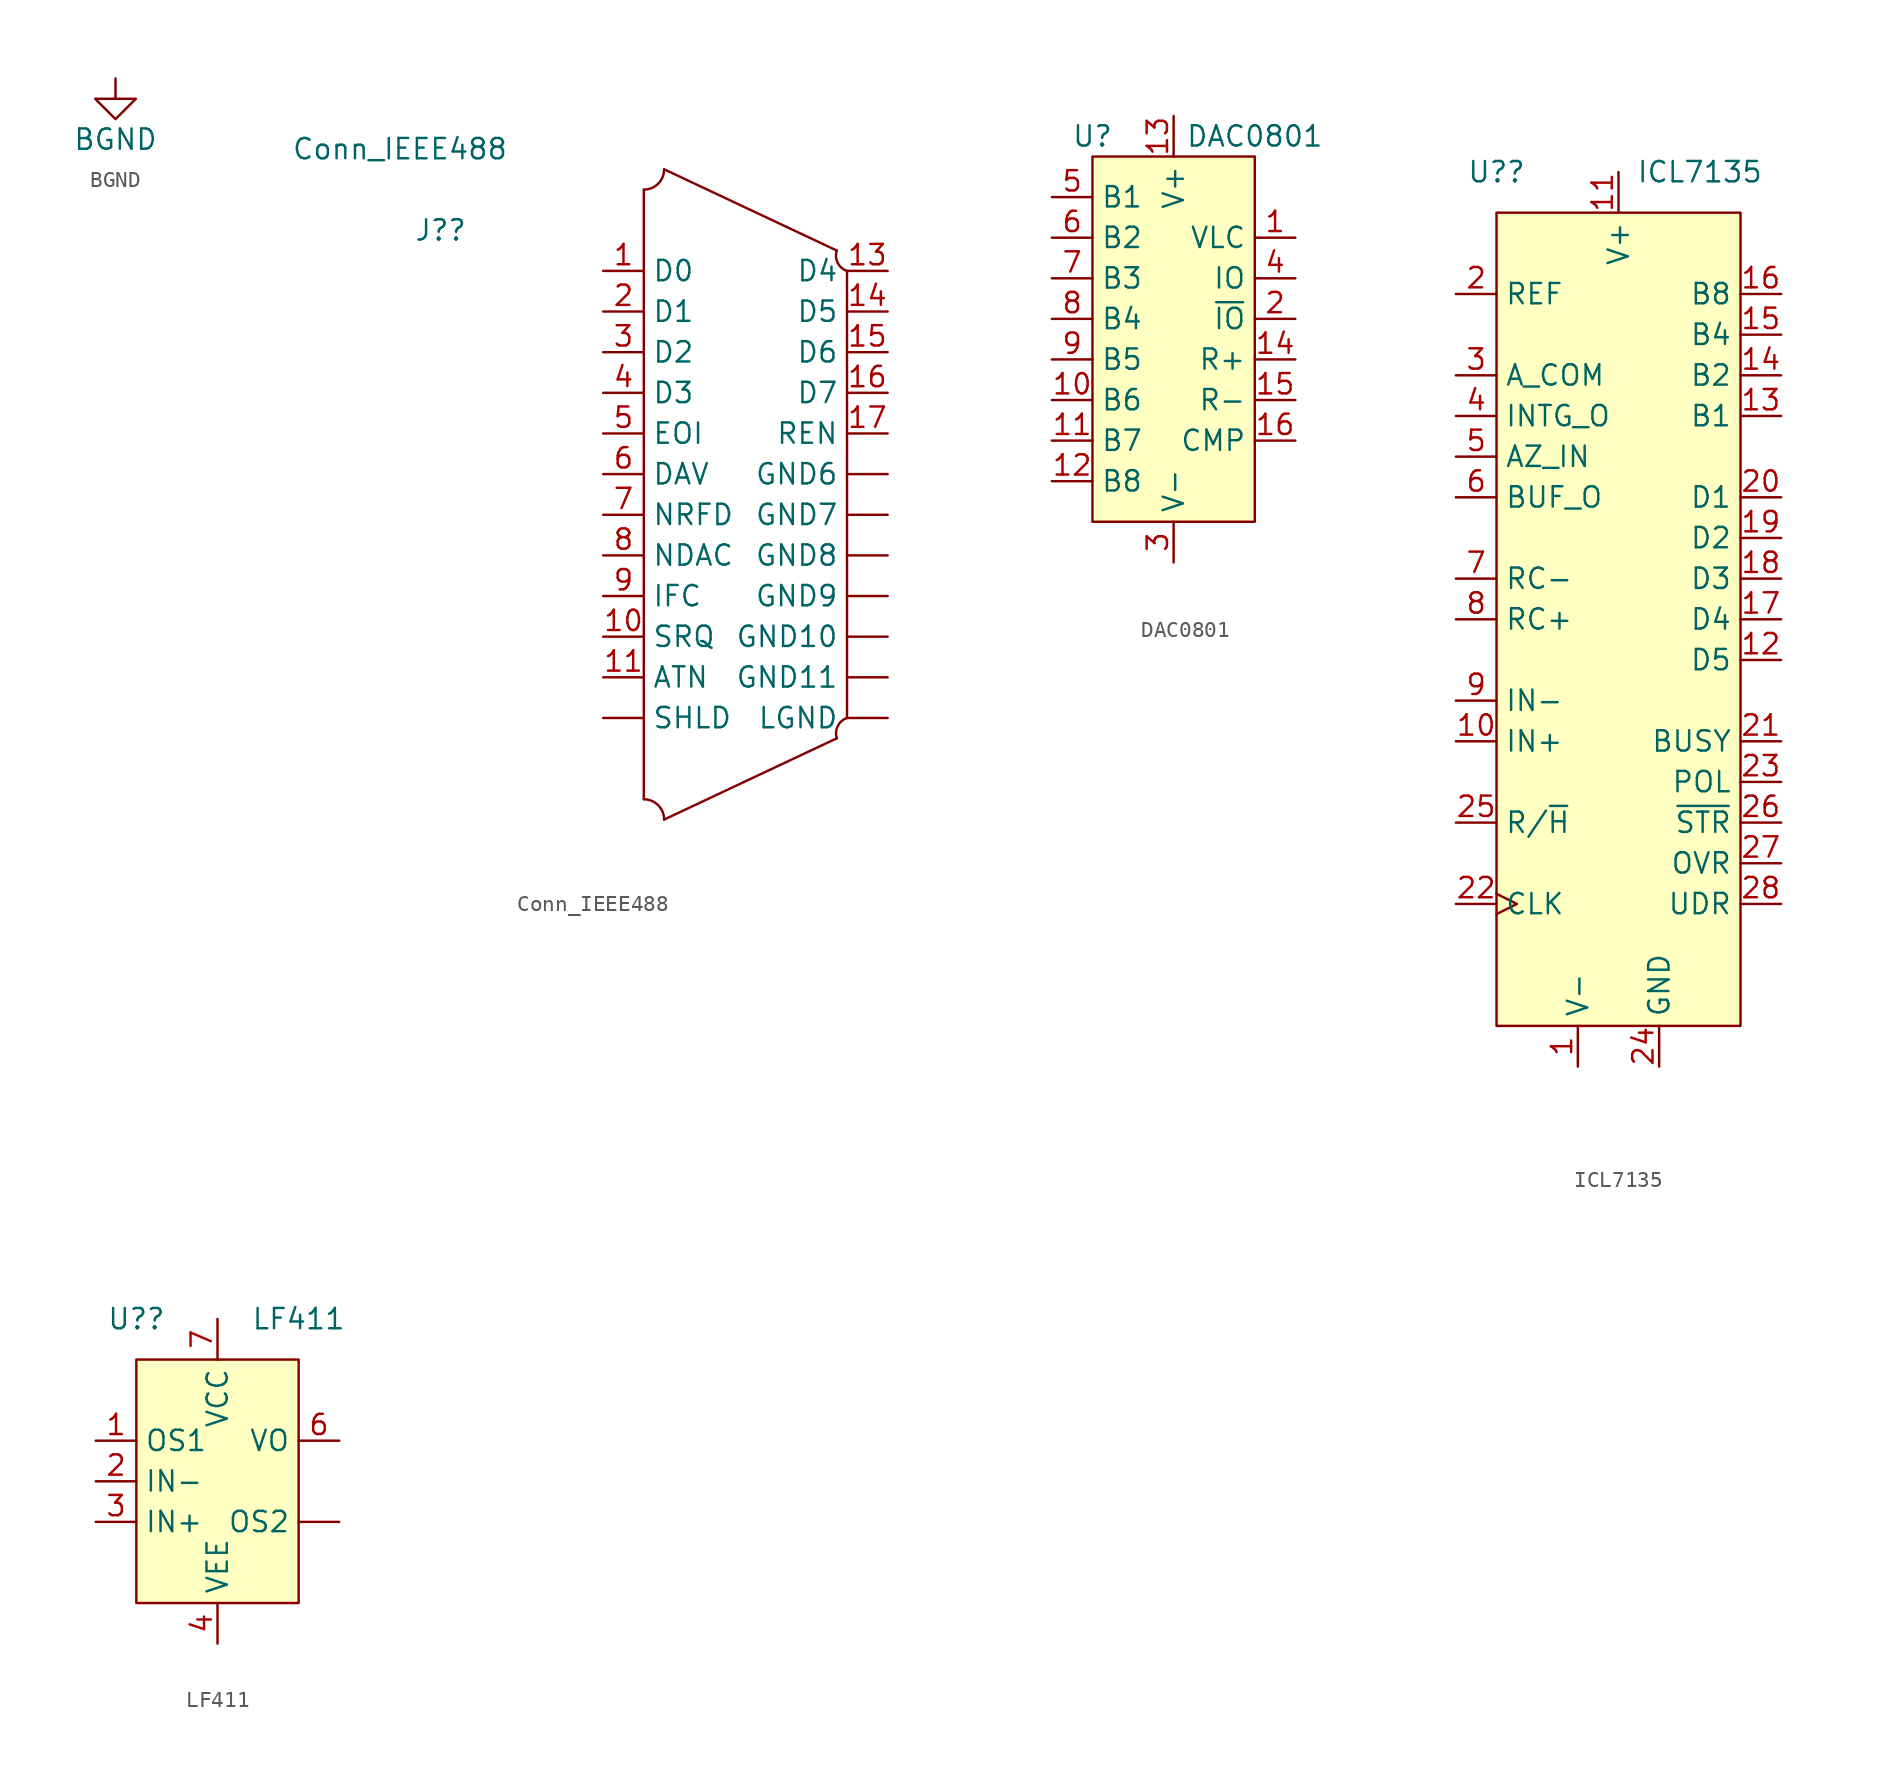
<source format=kicad_sym>
(kicad_symbol_lib
  (version 20211014)
  (generator kicad_symbol_editor)
  (symbol "BGND"
    (power)
    (pin_names
      (offset 0))
    (property "Reference" "#PWR"
      (at 0 -6.35 0)
      (effects (font (size 1.27 1.27)) hide))
    (property "Value" "BGND"
      (at 0 -3.81 0)
      (effects (font (size 1.27 1.27))))
    (symbol "BGND_0_1"
      (polyline (pts (xy 0 0) (xy 0 -1.27) (xy 1.27 -1.27) (xy 0 -2.54) (xy -1.27 -1.27) (xy 0 -1.27)) (stroke (width 0) (type default) (color 0 0 0 0)) (fill (type none))))
    (symbol "BGND_1_1"
      (pin power_in line (at 0 0 270) (length 0) hide (name "BGND" (effects (font (size 1.27 1.27)))) (number "1" (effects (font (size 1.27 1.27)))))))
  (symbol "Conn_IEEE488"
    (property "Reference" "J?"
      (at -10.16 -2.54 0)
      (effects (font (size 1.27 1.27))))
    (property "Value" "Conn_IEEE488"
      (at -12.7 2.54 0)
      (effects (font (size 1.27 1.27))))
    (symbol "Conn_IEEE488_0_1"
      (polyline (pts (xy 2.54 0) (xy 2.54 -38.1)) (stroke (width 0) (type default) (color 0 0 0 0)) (fill (type none)))
      (polyline (pts (xy 3.81 1.27) (xy 14.605 -3.81)) (stroke (width 0) (type default) (color 0 0 0 0)) (fill (type none)))
      (polyline (pts (xy 14.605 -34.29) (xy 3.81 -39.37)) (stroke (width 0) (type default) (color 0 0 0 0)) (fill (type none)))
      (polyline (pts (xy 15.24 -5.08) (xy 15.24 -33.02)) (stroke (width 0) (type default) (color 0 0 0 0)) (fill (type none)))
      (arc (start 2.54 0) (mid 4.708 -0.898) (end 3.81 1.27) (stroke (width 0) (type default) (color 0 0 0 0)) (fill (type none)))
      (arc (start 3.81 -39.37) (mid 4.708 -37.202) (end 2.54 -38.1) (stroke (width 0) (type default) (color 0 0 0 0)) (fill (type none)))
      (arc (start 14.605 -3.81) (mid 13.3895 -5.2115) (end 15.24 -5.08) (stroke (width 0) (type default) (color 0 0 0 0)) (fill (type none)))
      (arc (start 15.24 -33.02) (mid 13.3895 -32.8885) (end 14.605 -34.29) (stroke (width 0) (type default) (color 0 0 0 0)) (fill (type none))))
    (symbol "Conn_IEEE488_1_1"
      (pin input line (at 17.78 -27.94 180) (length 2.54) (name "GND10" (effects (font (size 1.27 1.27)))) (number "" (effects (font (size 1.27 1.27)))))
      (pin input line (at 17.78 -30.48 180) (length 2.54) (name "GND11" (effects (font (size 1.27 1.27)))) (number "" (effects (font (size 1.27 1.27)))))
      (pin input line (at 17.78 -17.78 180) (length 2.54) (name "GND6" (effects (font (size 1.27 1.27)))) (number "" (effects (font (size 1.27 1.27)))))
      (pin input line (at 17.78 -20.32 180) (length 2.54) (name "GND7" (effects (font (size 1.27 1.27)))) (number "" (effects (font (size 1.27 1.27)))))
      (pin input line (at 17.78 -22.86 180) (length 2.54) (name "GND8" (effects (font (size 1.27 1.27)))) (number "" (effects (font (size 1.27 1.27)))))
      (pin input line (at 17.78 -25.4 180) (length 2.54) (name "GND9" (effects (font (size 1.27 1.27)))) (number "" (effects (font (size 1.27 1.27)))))
      (pin input line (at 17.78 -33.02 180) (length 2.54) (name "LGND" (effects (font (size 1.27 1.27)))) (number "" (effects (font (size 1.27 1.27)))))
      (pin input line (at 0 -33.02 0) (length 2.54) (name "SHLD" (effects (font (size 1.27 1.27)))) (number "" (effects (font (size 1.27 1.27)))))
      (pin input line (at 0 -5.08 0) (length 2.54) (name "D0" (effects (font (size 1.27 1.27)))) (number "1" (effects (font (size 1.27 1.27)))))
      (pin input line (at 0 -27.94 0) (length 2.54) (name "SRQ" (effects (font (size 1.27 1.27)))) (number "10" (effects (font (size 1.27 1.27)))))
      (pin input line (at 0 -30.48 0) (length 2.54) (name "ATN" (effects (font (size 1.27 1.27)))) (number "11" (effects (font (size 1.27 1.27)))))
      (pin input line (at 17.78 -5.08 180) (length 2.54) (name "D4" (effects (font (size 1.27 1.27)))) (number "13" (effects (font (size 1.27 1.27)))))
      (pin input line (at 17.78 -7.62 180) (length 2.54) (name "D5" (effects (font (size 1.27 1.27)))) (number "14" (effects (font (size 1.27 1.27)))))
      (pin input line (at 17.78 -10.16 180) (length 2.54) (name "D6" (effects (font (size 1.27 1.27)))) (number "15" (effects (font (size 1.27 1.27)))))
      (pin input line (at 17.78 -12.7 180) (length 2.54) (name "D7" (effects (font (size 1.27 1.27)))) (number "16" (effects (font (size 1.27 1.27)))))
      (pin input line (at 17.78 -15.24 180) (length 2.54) (name "REN" (effects (font (size 1.27 1.27)))) (number "17" (effects (font (size 1.27 1.27)))))
      (pin input line (at 0 -7.62 0) (length 2.54) (name "D1" (effects (font (size 1.27 1.27)))) (number "2" (effects (font (size 1.27 1.27)))))
      (pin input line (at 0 -10.16 0) (length 2.54) (name "D2" (effects (font (size 1.27 1.27)))) (number "3" (effects (font (size 1.27 1.27)))))
      (pin input line (at 0 -12.7 0) (length 2.54) (name "D3" (effects (font (size 1.27 1.27)))) (number "4" (effects (font (size 1.27 1.27)))))
      (pin input line (at 0 -15.24 0) (length 2.54) (name "EOI" (effects (font (size 1.27 1.27)))) (number "5" (effects (font (size 1.27 1.27)))))
      (pin input line (at 0 -17.78 0) (length 2.54) (name "DAV" (effects (font (size 1.27 1.27)))) (number "6" (effects (font (size 1.27 1.27)))))
      (pin input line (at 0 -20.32 0) (length 2.54) (name "NRFD" (effects (font (size 1.27 1.27)))) (number "7" (effects (font (size 1.27 1.27)))))
      (pin input line (at 0 -22.86 0) (length 2.54) (name "NDAC" (effects (font (size 1.27 1.27)))) (number "8" (effects (font (size 1.27 1.27)))))
      (pin input line (at 0 -25.4 0) (length 2.54) (name "IFC" (effects (font (size 1.27 1.27)))) (number "9" (effects (font (size 1.27 1.27)))))))
  (symbol "DAC0801"
    (property "Reference" "U"
      (at 0 -1.27 0)
      (effects (font (size 1.27 1.27))))
    (property "Value" "DAC0801"
      (at 10.16 -1.27 0)
      (effects (font (size 1.27 1.27))))
    (symbol "DAC0801_0_1"
      (rectangle (start 0 -2.54) (end 10.16 -25.4) (stroke (width 0) (type default) (color 0 0 0 0)) (fill (type background))))
    (symbol "DAC0801_1_1"
      (pin input line (at 12.7 -7.62 180) (length 2.54) (name "VLC" (effects (font (size 1.27 1.27)))) (number "1" (effects (font (size 1.27 1.27)))))
      (pin input line (at -2.54 -17.78 0) (length 2.54) (name "B6" (effects (font (size 1.27 1.27)))) (number "10" (effects (font (size 1.27 1.27)))))
      (pin input line (at -2.54 -20.32 0) (length 2.54) (name "B7" (effects (font (size 1.27 1.27)))) (number "11" (effects (font (size 1.27 1.27)))))
      (pin input line (at -2.54 -22.86 0) (length 2.54) (name "B8" (effects (font (size 1.27 1.27)))) (number "12" (effects (font (size 1.27 1.27)))))
      (pin input line (at 5.08 0 270) (length 2.54) (name "V+" (effects (font (size 1.27 1.27)))) (number "13" (effects (font (size 1.27 1.27)))))
      (pin input line (at 12.7 -15.24 180) (length 2.54) (name "R+" (effects (font (size 1.27 1.27)))) (number "14" (effects (font (size 1.27 1.27)))))
      (pin input line (at 12.7 -17.78 180) (length 2.54) (name "R-" (effects (font (size 1.27 1.27)))) (number "15" (effects (font (size 1.27 1.27)))))
      (pin input line (at 12.7 -20.32 180) (length 2.54) (name "CMP" (effects (font (size 1.27 1.27)))) (number "16" (effects (font (size 1.27 1.27)))))
      (pin input line (at 12.7 -12.7 180) (length 2.54) (name "~{IO}" (effects (font (size 1.27 1.27)))) (number "2" (effects (font (size 1.27 1.27)))))
      (pin input line (at 5.08 -27.94 90) (length 2.54) (name "V-" (effects (font (size 1.27 1.27)))) (number "3" (effects (font (size 1.27 1.27)))))
      (pin input line (at 12.7 -10.16 180) (length 2.54) (name "IO" (effects (font (size 1.27 1.27)))) (number "4" (effects (font (size 1.27 1.27)))))
      (pin input line (at -2.54 -5.08 0) (length 2.54) (name "B1" (effects (font (size 1.27 1.27)))) (number "5" (effects (font (size 1.27 1.27)))))
      (pin input line (at -2.54 -7.62 0) (length 2.54) (name "B2" (effects (font (size 1.27 1.27)))) (number "6" (effects (font (size 1.27 1.27)))))
      (pin input line (at -2.54 -10.16 0) (length 2.54) (name "B3" (effects (font (size 1.27 1.27)))) (number "7" (effects (font (size 1.27 1.27)))))
      (pin input line (at -2.54 -12.7 0) (length 2.54) (name "B4" (effects (font (size 1.27 1.27)))) (number "8" (effects (font (size 1.27 1.27)))))
      (pin input line (at -2.54 -15.24 0) (length 2.54) (name "B5" (effects (font (size 1.27 1.27)))) (number "9" (effects (font (size 1.27 1.27)))))))
  (symbol "ICL7135"
    (property "Reference" "U?"
      (at 0 2.54 0)
      (effects (font (size 1.27 1.27))))
    (property "Value" "ICL7135"
      (at 12.7 2.54 0)
      (effects (font (size 1.27 1.27))))
    (symbol "ICL7135_0_1"
      (rectangle (start 0 0) (end 15.24 -50.8) (stroke (width 0) (type default) (color 0 0 0 0)) (fill (type background))))
    (symbol "ICL7135_1_1"
      (pin input line (at 5.08 -53.34 90) (length 2.54) (name "V-" (effects (font (size 1.27 1.27)))) (number "1" (effects (font (size 1.27 1.27)))))
      (pin input line (at -2.54 -33.02 0) (length 2.54) (name "IN+" (effects (font (size 1.27 1.27)))) (number "10" (effects (font (size 1.27 1.27)))))
      (pin input line (at 7.62 2.54 270) (length 2.54) (name "V+" (effects (font (size 1.27 1.27)))) (number "11" (effects (font (size 1.27 1.27)))))
      (pin input line (at 17.78 -27.94 180) (length 2.54) (name "D5" (effects (font (size 1.27 1.27)))) (number "12" (effects (font (size 1.27 1.27)))))
      (pin input line (at 17.78 -12.7 180) (length 2.54) (name "B1" (effects (font (size 1.27 1.27)))) (number "13" (effects (font (size 1.27 1.27)))))
      (pin input line (at 17.78 -10.16 180) (length 2.54) (name "B2" (effects (font (size 1.27 1.27)))) (number "14" (effects (font (size 1.27 1.27)))))
      (pin input line (at 17.78 -7.62 180) (length 2.54) (name "B4" (effects (font (size 1.27 1.27)))) (number "15" (effects (font (size 1.27 1.27)))))
      (pin input line (at 17.78 -5.08 180) (length 2.54) (name "B8" (effects (font (size 1.27 1.27)))) (number "16" (effects (font (size 1.27 1.27)))))
      (pin input line (at 17.78 -25.4 180) (length 2.54) (name "D4" (effects (font (size 1.27 1.27)))) (number "17" (effects (font (size 1.27 1.27)))))
      (pin input line (at 17.78 -22.86 180) (length 2.54) (name "D3" (effects (font (size 1.27 1.27)))) (number "18" (effects (font (size 1.27 1.27)))))
      (pin input line (at 17.78 -20.32 180) (length 2.54) (name "D2" (effects (font (size 1.27 1.27)))) (number "19" (effects (font (size 1.27 1.27)))))
      (pin input line (at -2.54 -5.08 0) (length 2.54) (name "REF" (effects (font (size 1.27 1.27)))) (number "2" (effects (font (size 1.27 1.27)))))
      (pin input line (at 17.78 -17.78 180) (length 2.54) (name "D1" (effects (font (size 1.27 1.27)))) (number "20" (effects (font (size 1.27 1.27)))))
      (pin input line (at 17.78 -33.02 180) (length 2.54) (name "BUSY" (effects (font (size 1.27 1.27)))) (number "21" (effects (font (size 1.27 1.27)))))
      (pin input clock (at -2.54 -43.18 0) (length 2.54) (name "CLK" (effects (font (size 1.27 1.27)))) (number "22" (effects (font (size 1.27 1.27)))))
      (pin input line (at 17.78 -35.56 180) (length 2.54) (name "POL" (effects (font (size 1.27 1.27)))) (number "23" (effects (font (size 1.27 1.27)))))
      (pin input line (at 10.16 -53.34 90) (length 2.54) (name "GND" (effects (font (size 1.27 1.27)))) (number "24" (effects (font (size 1.27 1.27)))))
      (pin input line (at -2.54 -38.1 0) (length 2.54) (name "R/~{H}" (effects (font (size 1.27 1.27)))) (number "25" (effects (font (size 1.27 1.27)))))
      (pin input line (at 17.78 -38.1 180) (length 2.54) (name "~{STR}" (effects (font (size 1.27 1.27)))) (number "26" (effects (font (size 1.27 1.27)))))
      (pin input line (at 17.78 -40.64 180) (length 2.54) (name "OVR" (effects (font (size 1.27 1.27)))) (number "27" (effects (font (size 1.27 1.27)))))
      (pin input line (at 17.78 -43.18 180) (length 2.54) (name "UDR" (effects (font (size 1.27 1.27)))) (number "28" (effects (font (size 1.27 1.27)))))
      (pin input line (at -2.54 -10.16 0) (length 2.54) (name "A_COM" (effects (font (size 1.27 1.27)))) (number "3" (effects (font (size 1.27 1.27)))))
      (pin input line (at -2.54 -12.7 0) (length 2.54) (name "INTG_O" (effects (font (size 1.27 1.27)))) (number "4" (effects (font (size 1.27 1.27)))))
      (pin input line (at -2.54 -15.24 0) (length 2.54) (name "AZ_IN" (effects (font (size 1.27 1.27)))) (number "5" (effects (font (size 1.27 1.27)))))
      (pin input line (at -2.54 -17.78 0) (length 2.54) (name "BUF_O" (effects (font (size 1.27 1.27)))) (number "6" (effects (font (size 1.27 1.27)))))
      (pin input line (at -2.54 -22.86 0) (length 2.54) (name "RC-" (effects (font (size 1.27 1.27)))) (number "7" (effects (font (size 1.27 1.27)))))
      (pin input line (at -2.54 -25.4 0) (length 2.54) (name "RC+" (effects (font (size 1.27 1.27)))) (number "8" (effects (font (size 1.27 1.27)))))
      (pin input line (at -2.54 -30.48 0) (length 2.54) (name "IN-" (effects (font (size 1.27 1.27)))) (number "9" (effects (font (size 1.27 1.27)))))))
  (symbol "LF411"
    (property "Reference" "U?"
      (at 2.54 5.08 0)
      (effects (font (size 1.27 1.27))))
    (property "Value" "LF411"
      (at 12.7 5.08 0)
      (effects (font (size 1.27 1.27))))
    (symbol "LF411_0_1"
      (rectangle (start 2.54 2.54) (end 12.7 -12.7) (stroke (width 0) (type default) (color 0 0 0 0)) (fill (type background))))
    (symbol "LF411_1_1"
      (pin input line (at 15.24 -7.62 180) (length 2.54) (name "OS2" (effects (font (size 1.27 1.27)))) (number "" (effects (font (size 1.27 1.27)))))
      (pin input line (at 0 -2.54 0) (length 2.54) (name "OS1" (effects (font (size 1.27 1.27)))) (number "1" (effects (font (size 1.27 1.27)))))
      (pin input line (at 0 -5.08 0) (length 2.54) (name "IN-" (effects (font (size 1.27 1.27)))) (number "2" (effects (font (size 1.27 1.27)))))
      (pin input line (at 0 -7.62 0) (length 2.54) (name "IN+" (effects (font (size 1.27 1.27)))) (number "3" (effects (font (size 1.27 1.27)))))
      (pin input line (at 7.62 -15.24 90) (length 2.54) (name "VEE" (effects (font (size 1.27 1.27)))) (number "4" (effects (font (size 1.27 1.27)))))
      (pin input line (at 15.24 -2.54 180) (length 2.54) (name "VO" (effects (font (size 1.27 1.27)))) (number "6" (effects (font (size 1.27 1.27)))))
      (pin input line (at 7.62 5.08 270) (length 2.54) (name "VCC" (effects (font (size 1.27 1.27)))) (number "7" (effects (font (size 1.27 1.27))))))))
</source>
